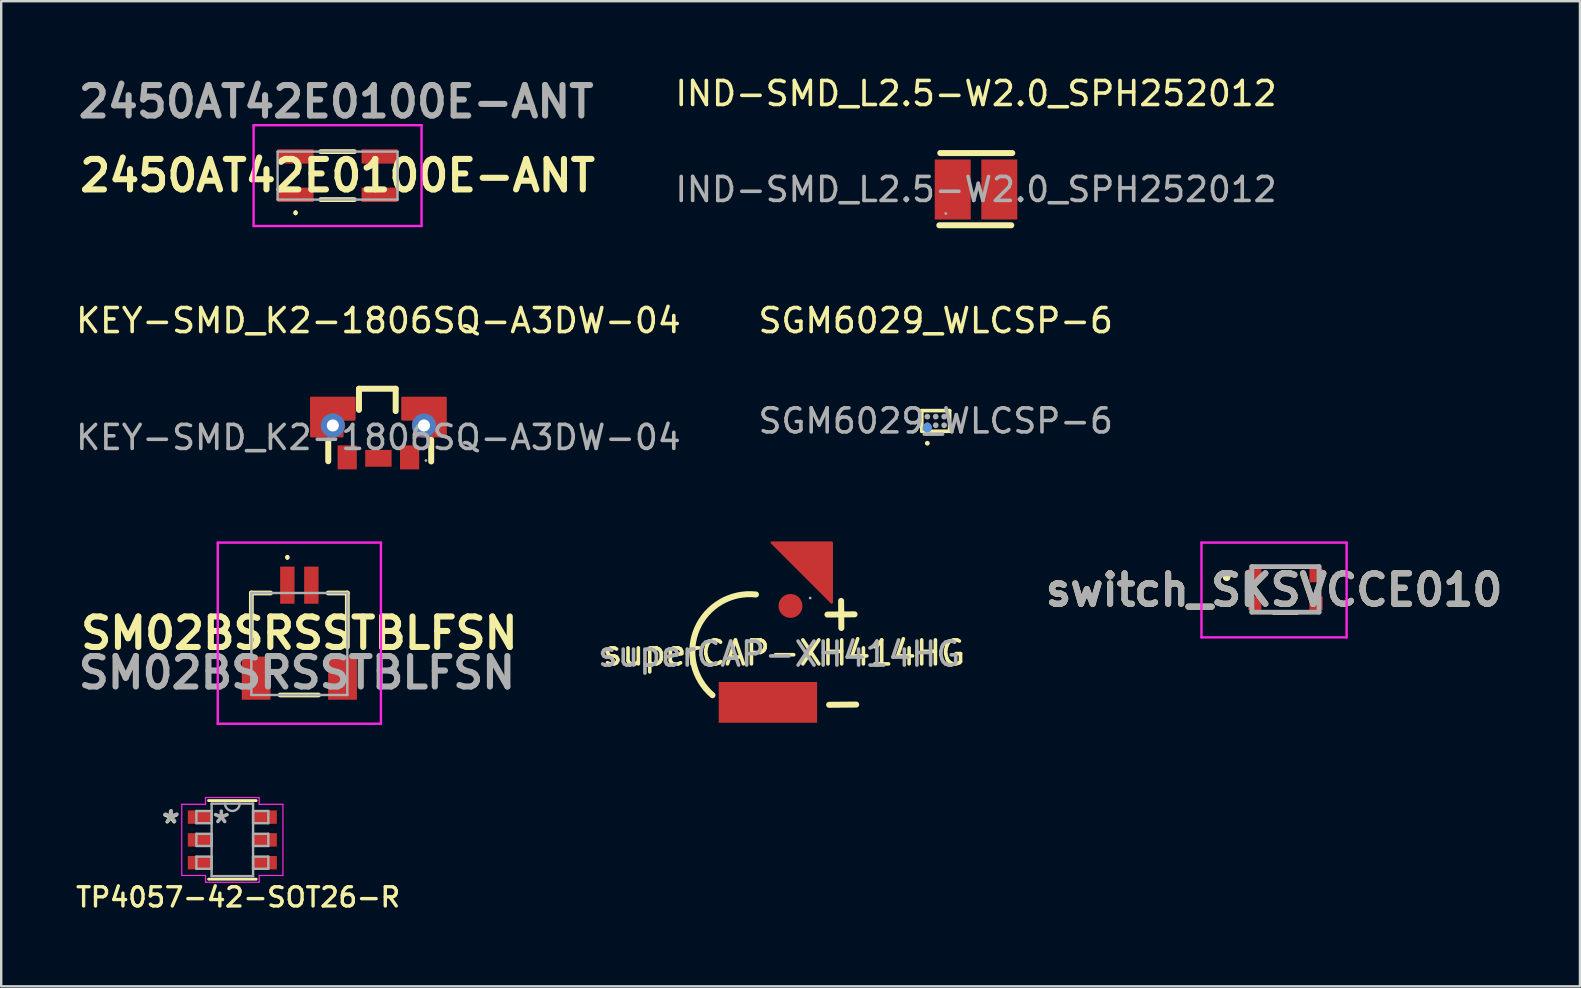
<source format=kicad_pcb>
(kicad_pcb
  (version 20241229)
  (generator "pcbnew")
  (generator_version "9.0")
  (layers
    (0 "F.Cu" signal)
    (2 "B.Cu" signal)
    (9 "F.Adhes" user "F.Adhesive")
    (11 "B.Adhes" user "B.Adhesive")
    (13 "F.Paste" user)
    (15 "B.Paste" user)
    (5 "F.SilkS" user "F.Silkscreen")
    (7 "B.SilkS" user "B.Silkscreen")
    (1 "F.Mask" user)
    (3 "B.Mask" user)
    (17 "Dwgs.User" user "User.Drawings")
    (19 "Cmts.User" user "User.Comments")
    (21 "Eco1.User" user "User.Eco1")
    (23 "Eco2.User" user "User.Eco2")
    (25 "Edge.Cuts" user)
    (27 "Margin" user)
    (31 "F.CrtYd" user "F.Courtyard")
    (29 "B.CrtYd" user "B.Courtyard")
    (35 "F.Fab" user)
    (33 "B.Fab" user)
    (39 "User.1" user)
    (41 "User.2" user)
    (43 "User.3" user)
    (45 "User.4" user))
  (footprint "IND-SMD_L2.5-W2.0_SPH252012"
    (layer "F.Cu")
    (at 37.625 4.848)
    (property "Reference" "IND-SMD_L2.5-W2.0_SPH252012" (at 0 -4 0) (layer "F.SilkS") (effects (font (size 1 1) (thickness 0.15))))
    (attr smd)
    (fp_line (start -1.53 1.49) (end 1.47 1.49) (stroke (width 0.25) (type solid)) (layer "F.SilkS"))
    (fp_line (start -1.49 -1.52) (end 1.51 -1.52) (stroke (width 0.25) (type solid)) (layer "F.SilkS"))
    (fp_circle (center -1.26 1) (end -1.23 1) (stroke (width 0.06) (type solid)) (fill no) (layer "F.Fab"))
    (fp_text user "${REFERENCE}" (at 0 0 0) (layer "F.Fab") (effects (font (size 1 1) (thickness 0.15))))
    (pad "1" smd rect (at -0.97 0) (size 1.5 2.5) (layers "F.Cu" "F.Mask" "F.Paste"))
    (pad "2" smd rect (at 0.97 0) (size 1.5 2.5) (layers "F.Cu" "F.Mask" "F.Paste")))
  (footprint "SGM6029_WLCSP-6"
    (layer "F.Cu")
    (at 35.946 14.492)
    (property "Reference" "SGM6029_WLCSP-6" (at 0 -4.18 0) (layer "F.SilkS") (effects (font (size 1 1) (thickness 0.15))))
    (attr smd)
    (fp_line (start -0.58 -0.43) (end 0.58 -0.43) (stroke (width 0.15) (type solid)) (layer "F.SilkS"))
    (fp_line (start -0.58 0.43) (end -0.58 -0.43) (stroke (width 0.15) (type solid)) (layer "F.SilkS"))
    (fp_line (start 0.58 -0.43) (end 0.58 0.43) (stroke (width 0.15) (type solid)) (layer "F.SilkS"))
    (fp_line (start 0.58 0.43) (end -0.58 0.43) (stroke (width 0.15) (type solid)) (layer "F.SilkS"))
    (fp_circle (center -0.35 0.93) (end -0.3 0.93) (stroke (width 0.1) (type solid)) (fill no) (layer "F.SilkS"))
    (fp_circle (center -0.35 0.28) (end -0.25 0.28) (stroke (width 0.2) (type solid)) (fill no) (layer "Cmts.User"))
    (fp_circle (center -0.5 0.35) (end -0.47 0.35) (stroke (width 0.06) (type solid)) (fill no) (layer "F.Fab"))
    (fp_circle (center -0.35 -0.18) (end -0.29 -0.18) (stroke (width 0.12) (type solid)) (fill no) (layer "F.Fab"))
    (fp_circle (center -0.35 0.18) (end -0.29 0.18) (stroke (width 0.12) (type solid)) (fill no) (layer "F.Fab"))
    (fp_circle (center 0 -0.18) (end 0.06 -0.18) (stroke (width 0.12) (type solid)) (fill no) (layer "F.Fab"))
    (fp_circle (center 0 0.18) (end 0.06 0.18) (stroke (width 0.12) (type solid)) (fill no) (layer "F.Fab"))
    (fp_circle (center 0.35 -0.18) (end 0.41 -0.18) (stroke (width 0.12) (type solid)) (fill no) (layer "F.Fab"))
    (fp_circle (center 0.35 0.18) (end 0.41 0.18) (stroke (width 0.12) (type solid)) (fill no) (layer "F.Fab"))
    (fp_text user "${REFERENCE}" (at 0 0 0) (layer "F.Fab") (effects (font (size 1 1) (thickness 0.15))))
    (pad "A1" smd circle (at -0.35 0.18) (size 0.16 0.16) (layers "F.Cu" "F.Mask" "F.Paste"))
    (pad "A2" smd circle (at -0.35 -0.18) (size 0.16 0.16) (layers "F.Cu" "F.Mask" "F.Paste"))
    (pad "B1" smd circle (at 0 0.18) (size 0.16 0.16) (layers "F.Cu" "F.Mask" "F.Paste"))
    (pad "B2" smd circle (at 0 -0.18) (size 0.16 0.16) (layers "F.Cu" "F.Mask" "F.Paste"))
    (pad "C1" smd circle (at 0.35 0.18) (size 0.16 0.16) (layers "F.Cu" "F.Mask" "F.Paste"))
    (pad "C2" smd circle (at 0.35 -0.18) (size 0.16 0.16) (layers "F.Cu" "F.Mask" "F.Paste")))
  (footprint "superCAP-XH414HG"
    (layer "F.Cu")
    (at 29.423 24.212)
    (property "Reference" "superCAP-XH414HG" (at 0.2 -0.05 0) (layer "F.SilkS") (effects (font (size 1 1) (thickness 0.15))))
    (attr through_hole)
    (fp_line (start 2.01 -1.65) (end 3.14 -1.66) (stroke (width 0.25) (type solid)) (layer "F.SilkS"))
    (fp_line (start 2.08 2.11) (end 3.21 2.1) (stroke (width 0.25) (type solid)) (layer "F.SilkS"))
    (fp_line (start 2.59 -1.09) (end 2.58 -2.22) (stroke (width 0.25) (type solid)) (layer "F.SilkS"))
    (fp_arc (start -2.78 1.71) (mid -3.42481 -1.057475) (end -0.968528 -2.486243) (stroke (width 0.25) (type solid)) (layer "F.SilkS"))
    (fp_circle (center 1.29 -2.34) (end 1.32 -2.34) (stroke (width 0.06) (type solid)) (fill no) (layer "F.Fab"))
    (fp_text user "${REFERENCE}" (at 0 0 0) (layer "F.Fab") (effects (font (size 1 1) (thickness 0.15))))
    (pad "1" smd custom (at 0.47 -2.01) (size 1 1) (layers "F.Cu" "F.Mask" "F.Paste") (options (anchor circle)) (primitives (gr_poly (pts (xy -0.78 -2.64) (xy 1.72 -2.64) (xy 1.72 -0.14)) (width 0.1) (fill yes))))
    (pad "2" smd rect (at -0.47 2.01) (size 4.1 1.7) (layers "F.Cu" "F.Mask" "F.Paste")))
  (footprint "2450AT42E0100E-ANT"
    (layer "F.Cu")
    (at 11.018 4.269)
    (property "Reference" "2450AT42E0100E-ANT" (at 0 0 0) (layer "F.SilkS") (effects (font (size 1.27 1.27) (thickness 0.254))))
    (attr smd)
    (fp_line (start -1.75 1.5) (end -1.75 1.5) (stroke (width 0.1) (type solid)) (layer "F.SilkS"))
    (fp_line (start -1.75 1.6) (end -1.75 1.6) (stroke (width 0.1) (type solid)) (layer "F.SilkS"))
    (fp_line (start -0.7 -1) (end 0.7 -1) (stroke (width 0.2) (type solid)) (layer "F.SilkS"))
    (fp_line (start -0.7 1) (end 0.7 1) (stroke (width 0.2) (type solid)) (layer "F.SilkS"))
    (fp_arc (start -1.75 1.5) (mid -1.7 1.55) (end -1.75 1.6) (stroke (width 0.1) (type solid)) (layer "F.SilkS"))
    (fp_arc (start -1.75 1.6) (mid -1.8 1.55) (end -1.75 1.5) (stroke (width 0.1) (type solid)) (layer "F.SilkS"))
    (fp_line (start -3.5 -2.1) (end 3.5 -2.1) (stroke (width 0.1) (type solid)) (layer "F.CrtYd"))
    (fp_line (start -3.5 2.1) (end -3.5 -2.1) (stroke (width 0.1) (type solid)) (layer "F.CrtYd"))
    (fp_line (start 3.5 -2.1) (end 3.5 2.1) (stroke (width 0.1) (type solid)) (layer "F.CrtYd"))
    (fp_line (start 3.5 2.1) (end -3.5 2.1) (stroke (width 0.1) (type solid)) (layer "F.CrtYd"))
    (fp_line (start -2.5 -1) (end 2.5 -1) (stroke (width 0.1) (type solid)) (layer "F.Fab"))
    (fp_line (start -2.5 1) (end -2.5 -1) (stroke (width 0.1) (type solid)) (layer "F.Fab"))
    (fp_line (start 2.5 -1) (end 2.5 1) (stroke (width 0.1) (type solid)) (layer "F.Fab"))
    (fp_line (start 2.5 1) (end -2.5 1) (stroke (width 0.1) (type solid)) (layer "F.Fab"))
    (fp_text user "${REFERENCE}" (at -0.06 -3.08 0) (layer "F.Fab") (effects (font (size 1.27 1.27) (thickness 0.254))))
    (pad "1" smd rect (at -1.75 0.8 90) (size 0.6 1.5) (layers "F.Cu" "F.Mask" "F.Paste"))
    (pad "2" smd rect (at 1.75 0.8 90) (size 0.6 1.5) (layers "F.Cu" "F.Mask" "F.Paste"))
    (pad "3" smd rect (at 1.75 -0.8 90) (size 0.6 1.5) (layers "F.Cu" "F.Mask" "F.Paste"))
    (pad "4" smd rect (at -1.75 -0.8 90) (size 0.6 1.5) (layers "F.Cu" "F.Mask" "F.Paste")))
  (footprint "TP4057-42-SOT26-R"
    (layer "F.Cu")
    (at 6.633 31.952)
    (property "Reference" "TP4057-42-SOT26-R" (at 0.24 2.39 0) (layer "F.SilkS") (effects (font (size 0.8 0.8) (thickness 0.14) (bold yes))))
    (attr smd)
    (fp_line (start -0.991 1.638) (end 0.991 1.638) (stroke (width 0.12) (type solid)) (layer "F.SilkS"))
    (fp_line (start 0.991 -1.638) (end -0.991 -1.638) (stroke (width 0.12) (type solid)) (layer "F.SilkS"))
    (fp_line (start -2.108 -1.483) (end -1.118 -1.483) (stroke (width 0.05) (type solid)) (layer "F.CrtYd"))
    (fp_line (start -2.108 1.483) (end -2.108 -1.483) (stroke (width 0.05) (type solid)) (layer "F.CrtYd"))
    (fp_line (start -1.118 -1.765) (end 1.118 -1.765) (stroke (width 0.05) (type solid)) (layer "F.CrtYd"))
    (fp_line (start -1.118 -1.483) (end -1.118 -1.765) (stroke (width 0.05) (type solid)) (layer "F.CrtYd"))
    (fp_line (start -1.118 1.483) (end -2.108 1.483) (stroke (width 0.05) (type solid)) (layer "F.CrtYd"))
    (fp_line (start -1.118 1.765) (end -1.118 1.483) (stroke (width 0.05) (type solid)) (layer "F.CrtYd"))
    (fp_line (start 1.118 -1.765) (end 1.118 -1.483) (stroke (width 0.05) (type solid)) (layer "F.CrtYd"))
    (fp_line (start 1.118 1.483) (end 1.118 1.765) (stroke (width 0.05) (type solid)) (layer "F.CrtYd"))
    (fp_line (start 1.118 1.765) (end -1.118 1.765) (stroke (width 0.05) (type solid)) (layer "F.CrtYd"))
    (fp_line (start 2.108 -1.483) (end 1.118 -1.483) (stroke (width 0.05) (type solid)) (layer "F.CrtYd"))
    (fp_line (start 2.108 -1.483) (end 2.108 1.483) (stroke (width 0.05) (type solid)) (layer "F.CrtYd"))
    (fp_line (start 2.108 1.483) (end 1.118 1.483) (stroke (width 0.05) (type solid)) (layer "F.CrtYd"))
    (fp_line (start -1.499 -1.204) (end -1.499 -0.696) (stroke (width 0.1) (type solid)) (layer "F.Fab"))
    (fp_line (start -1.499 -0.696) (end -0.864 -0.696) (stroke (width 0.1) (type solid)) (layer "F.Fab"))
    (fp_line (start -1.499 -0.254) (end -1.499 0.254) (stroke (width 0.1) (type solid)) (layer "F.Fab"))
    (fp_line (start -1.499 0.254) (end -0.864 0.254) (stroke (width 0.1) (type solid)) (layer "F.Fab"))
    (fp_line (start -1.499 0.696) (end -1.499 1.204) (stroke (width 0.1) (type solid)) (layer "F.Fab"))
    (fp_line (start -1.499 1.204) (end -0.864 1.204) (stroke (width 0.1) (type solid)) (layer "F.Fab"))
    (fp_line (start -0.864 -1.511) (end -0.864 1.511) (stroke (width 0.1) (type solid)) (layer "F.Fab"))
    (fp_line (start -0.864 -1.204) (end -1.499 -1.204) (stroke (width 0.1) (type solid)) (layer "F.Fab"))
    (fp_line (start -0.864 -0.696) (end -0.864 -1.204) (stroke (width 0.1) (type solid)) (layer "F.Fab"))
    (fp_line (start -0.864 -0.254) (end -1.499 -0.254) (stroke (width 0.1) (type solid)) (layer "F.Fab"))
    (fp_line (start -0.864 0.254) (end -0.864 -0.254) (stroke (width 0.1) (type solid)) (layer "F.Fab"))
    (fp_line (start -0.864 0.696) (end -1.499 0.696) (stroke (width 0.1) (type solid)) (layer "F.Fab"))
    (fp_line (start -0.864 1.204) (end -0.864 0.696) (stroke (width 0.1) (type solid)) (layer "F.Fab"))
    (fp_line (start -0.864 1.511) (end 0.864 1.511) (stroke (width 0.1) (type solid)) (layer "F.Fab"))
    (fp_line (start 0.864 -1.511) (end -0.864 -1.511) (stroke (width 0.1) (type solid)) (layer "F.Fab"))
    (fp_line (start 0.864 -1.204) (end 0.864 -0.696) (stroke (width 0.1) (type solid)) (layer "F.Fab"))
    (fp_line (start 0.864 -0.696) (end 1.499 -0.696) (stroke (width 0.1) (type solid)) (layer "F.Fab"))
    (fp_line (start 0.864 -0.254) (end 0.864 0.254) (stroke (width 0.1) (type solid)) (layer "F.Fab"))
    (fp_line (start 0.864 0.254) (end 1.499 0.254) (stroke (width 0.1) (type solid)) (layer "F.Fab"))
    (fp_line (start 0.864 0.696) (end 0.864 1.204) (stroke (width 0.1) (type solid)) (layer "F.Fab"))
    (fp_line (start 0.864 1.204) (end 1.499 1.204) (stroke (width 0.1) (type solid)) (layer "F.Fab"))
    (fp_line (start 0.864 1.511) (end 0.864 -1.511) (stroke (width 0.1) (type solid)) (layer "F.Fab"))
    (fp_line (start 1.499 -1.204) (end 0.864 -1.204) (stroke (width 0.1) (type solid)) (layer "F.Fab"))
    (fp_line (start 1.499 -0.696) (end 1.499 -1.204) (stroke (width 0.1) (type solid)) (layer "F.Fab"))
    (fp_line (start 1.499 -0.254) (end 0.864 -0.254) (stroke (width 0.1) (type solid)) (layer "F.Fab"))
    (fp_line (start 1.499 0.254) (end 1.499 -0.254) (stroke (width 0.1) (type solid)) (layer "F.Fab"))
    (fp_line (start 1.499 0.696) (end 0.864 0.696) (stroke (width 0.1) (type solid)) (layer "F.Fab"))
    (fp_line (start 1.499 1.204) (end 1.499 0.696) (stroke (width 0.1) (type solid)) (layer "F.Fab"))
    (fp_arc (start 0.3048 -1.5113) (mid 0 -1.2065) (end -0.3048 -1.5113) (stroke (width 0.1) (type solid)) (layer "F.Fab"))
    (fp_text user "*" (at -2.57 -0.64 0) (layer "F.SilkS") (effects (font (size 1 1) (thickness 0.15))))
    (fp_text user "*" (at -2.55 -0.67 0) (layer "F.Fab") (effects (font (size 1 1) (thickness 0.15))))
    (fp_text user "*" (at -0.46 -0.65 0) (layer "F.Fab") (effects (font (size 1 1) (thickness 0.15))))
    (pad "1" smd rect (at -1.359 -0.95) (size 0.991 0.559) (layers "F.Cu" "F.Mask" "F.Paste"))
    (pad "2" smd rect (at -1.359 0) (size 0.991 0.559) (layers "F.Cu" "F.Mask" "F.Paste"))
    (pad "3" smd rect (at -1.359 0.95) (size 0.991 0.559) (layers "F.Cu" "F.Mask" "F.Paste"))
    (pad "4" smd rect (at 1.359 0.95) (size 0.991 0.559) (layers "F.Cu" "F.Mask" "F.Paste"))
    (pad "5" smd rect (at 1.359 0) (size 0.991 0.559) (layers "F.Cu" "F.Mask" "F.Paste"))
    (pad "6" smd rect (at 1.359 -0.95) (size 0.991 0.559) (layers "F.Cu" "F.Mask" "F.Paste")))
  (footprint "KEY-SMD_K2-1806SQ-A3DW-04"
    (layer "F.Cu")
    (at 12.72 15.181)
    (property "Reference" "KEY-SMD_K2-1806SQ-A3DW-04" (at 0 -4.87 0) (layer "F.SilkS") (effects (font (size 1 1) (thickness 0.15))))
    (attr smd)
    (fp_line (start -2.09 0.99) (end -2.09 0.13) (stroke (width 0.25) (type solid)) (layer "F.SilkS"))
    (fp_line (start -0.81 -2.03) (end 0.72 -2.03) (stroke (width 0.25) (type solid)) (layer "F.SilkS"))
    (fp_line (start -0.81 -1.15) (end -0.81 -2.03) (stroke (width 0.25) (type solid)) (layer "F.SilkS"))
    (fp_line (start 0.72 -2.03) (end 0.72 -1.1) (stroke (width 0.25) (type solid)) (layer "F.SilkS"))
    (fp_line (start 2.2 1) (end 2.2 0.1) (stroke (width 0.25) (type solid)) (layer "F.SilkS"))
    (fp_circle (center -1.9 -0.5) (end -1.8 -0.5) (stroke (width 0.2) (type solid)) (fill no) (layer "F.Fab"))
    (fp_circle (center 1.9 -0.5) (end 2 -0.5) (stroke (width 0.2) (type solid)) (fill no) (layer "F.Fab"))
    (fp_circle (center 1.98 0.96) (end 2.01 0.96) (stroke (width 0.06) (type solid)) (fill no) (layer "F.Fab"))
    (fp_text user "${REFERENCE}" (at 0 0 0) (layer "F.Fab") (effects (font (size 1 1) (thickness 0.15))))
    (pad "1" smd rect (at 1.3 0.83 180) (size 0.8 1) (layers "F.Cu" "F.Mask" "F.Paste"))
    (pad "2" smd rect (at -1.3 0.83 180) (size 0.8 1) (layers "F.Cu" "F.Mask" "F.Paste"))
    (pad "3" smd rect (at 0 0.87 270) (size 0.7 1.1) (layers "F.Cu" "F.Mask" "F.Paste"))
    (pad "4" thru_hole circle (at -1.9 -0.5) (size 1 1) (drill 0.5) (layers "*.Cu" "*.Mask"))
    (pad "4" smd custom (at -1.9 -0.5) (size 1 1) (layers "F.Cu" "F.Mask" "F.Paste") (options (anchor circle)) (primitives (gr_poly (pts (xy -0.9 0.45) (xy -0.9 -1.15) (xy 0.9 -1.15) (xy 0.9 -0.25) (xy 0.4 -0.25) (xy 0.4 0.45)) (width 0.1) (fill yes))))
    (pad "5" thru_hole circle (at 1.9 -0.5) (size 1 1) (drill 0.5) (layers "*.Cu" "*.Mask"))
    (pad "5" smd custom (at 1.9 -0.5) (size 1 1) (layers "F.Cu" "F.Mask" "F.Paste") (options (anchor circle)) (primitives (gr_poly (pts (xy 0.9 0.45) (xy 0.9 -1.15) (xy -0.9 -1.15) (xy -0.9 -0.25) (xy -0.4 -0.25) (xy -0.4 0.45)) (width 0.1) (fill yes)))))
  (footprint "switch_SKSVCCE010"
    (layer "F.Cu")
    (at 50.52 21.512)
    (property "Reference" "switch_SKSVCCE010" (at -0.475 0.025 0) (layer "F.SilkS") (effects (font (size 1.27 1.27) (thickness 0.254))))
    (attr smd)
    (fp_line (start -2.5 -0.5) (end -2.5 -0.5) (stroke (width 0.2) (type solid)) (layer "F.SilkS"))
    (fp_line (start -2.5 -0.5) (end -2.5 -0.5) (stroke (width 0.2) (type solid)) (layer "F.SilkS"))
    (fp_line (start -2.4 -0.5) (end -2.4 -0.5) (stroke (width 0.2) (type solid)) (layer "F.SilkS"))
    (fp_line (start -0.5 -0.95) (end -0.5 -0.95) (stroke (width 0.1) (type solid)) (layer "F.SilkS"))
    (fp_line (start -0.5 -0.95) (end 0.5 -0.95) (stroke (width 0.1) (type solid)) (layer "F.SilkS"))
    (fp_line (start -0.5 1) (end -0.5 1) (stroke (width 0.1) (type solid)) (layer "F.SilkS"))
    (fp_line (start -0.5 1) (end 0.5 1) (stroke (width 0.1) (type solid)) (layer "F.SilkS"))
    (fp_line (start 0.5 -0.95) (end -0.5 -0.95) (stroke (width 0.1) (type solid)) (layer "F.SilkS"))
    (fp_line (start 0.5 -0.95) (end 0.5 -0.95) (stroke (width 0.1) (type solid)) (layer "F.SilkS"))
    (fp_line (start 0.5 1) (end -0.5 1) (stroke (width 0.1) (type solid)) (layer "F.SilkS"))
    (fp_line (start 0.5 1) (end 0.5 1) (stroke (width 0.1) (type solid)) (layer "F.SilkS"))
    (fp_arc (start -2.5 -0.5) (mid -2.45 -0.55) (end -2.4 -0.5) (stroke (width 0.2) (type solid)) (layer "F.SilkS"))
    (fp_arc (start -2.4 -0.5) (mid -2.45 -0.45) (end -2.5 -0.5) (stroke (width 0.2) (type solid)) (layer "F.SilkS"))
    (fp_arc (start -2.4 -0.5) (mid -2.45 -0.45) (end -2.5 -0.5) (stroke (width 0.2) (type solid)) (layer "F.SilkS"))
    (fp_line (start -3.5 -1.95) (end 2.55 -1.95) (stroke (width 0.1) (type solid)) (layer "F.CrtYd"))
    (fp_line (start -3.5 2) (end -3.5 -1.95) (stroke (width 0.1) (type solid)) (layer "F.CrtYd"))
    (fp_line (start 2.55 -1.95) (end 2.55 2) (stroke (width 0.1) (type solid)) (layer "F.CrtYd"))
    (fp_line (start 2.55 2) (end -3.5 2) (stroke (width 0.1) (type solid)) (layer "F.CrtYd"))
    (fp_line (start -1.4 -0.95) (end 1.4 -0.95) (stroke (width 0.2) (type solid)) (layer "F.Fab"))
    (fp_line (start -1.4 0.95) (end -1.4 -0.95) (stroke (width 0.2) (type solid)) (layer "F.Fab"))
    (fp_line (start 1.4 -0.95) (end 1.4 0.95) (stroke (width 0.2) (type solid)) (layer "F.Fab"))
    (fp_line (start 1.4 0.95) (end -1.4 0.95) (stroke (width 0.2) (type solid)) (layer "F.Fab"))
    (fp_text user "${REFERENCE}" (at -0.475 0.025 0) (layer "F.Fab") (effects (font (size 1.27 1.27) (thickness 0.254))))
    (pad "1" smd rect (at -1.275 -0.58) (size 0.55 0.57) (layers "F.Cu" "F.Mask" "F.Paste"))
    (pad "2" smd rect (at -1.275 0.58) (size 0.55 0.57) (layers "F.Cu" "F.Mask" "F.Paste"))
    (pad "3" smd rect (at 1.275 -0.58) (size 0.55 0.57) (layers "F.Cu" "F.Mask" "F.Paste"))
    (pad "4" smd rect (at 1.275 0.58) (size 0.55 0.57) (layers "F.Cu" "F.Mask" "F.Paste")))
  (footprint "SM02BSRSSTBLFSN"
    (layer "F.Cu")
    (at 9.425 23.625)
    (property "Reference" "SM02BSRSSTBLFSN" (at 0 -0.288 0) (layer "F.SilkS") (effects (font (size 1.27 1.27) (thickness 0.254))))
    (attr smd)
    (fp_line (start -2 -1.962) (end -1.2 -1.962) (stroke (width 0.2) (type solid)) (layer "F.SilkS"))
    (fp_line (start -2 0.288) (end -2 -1.962) (stroke (width 0.2) (type solid)) (layer "F.SilkS"))
    (fp_line (start -0.8 2.288) (end 0.8 2.288) (stroke (width 0.2) (type solid)) (layer "F.SilkS"))
    (fp_line (start -0.5 -3.5) (end -0.5 -3.5) (stroke (width 0.1) (type solid)) (layer "F.SilkS"))
    (fp_line (start -0.5 -3.4) (end -0.5 -3.4) (stroke (width 0.1) (type solid)) (layer "F.SilkS"))
    (fp_line (start 2 -1.962) (end 1.2 -1.962) (stroke (width 0.2) (type solid)) (layer "F.SilkS"))
    (fp_line (start 2 0.288) (end 2 -1.962) (stroke (width 0.2) (type solid)) (layer "F.SilkS"))
    (fp_arc (start -0.5 -3.5) (mid -0.45 -3.45) (end -0.5 -3.4) (stroke (width 0.1) (type solid)) (layer "F.SilkS"))
    (fp_arc (start -0.5 -3.4) (mid -0.55 -3.45) (end -0.5 -3.5) (stroke (width 0.1) (type solid)) (layer "F.SilkS"))
    (fp_line (start -3.4 -4.063) (end 3.4 -4.063) (stroke (width 0.1) (type solid)) (layer "F.CrtYd"))
    (fp_line (start -3.4 3.487) (end -3.4 -4.063) (stroke (width 0.1) (type solid)) (layer "F.CrtYd"))
    (fp_line (start 3.4 -4.063) (end 3.4 3.487) (stroke (width 0.1) (type solid)) (layer "F.CrtYd"))
    (fp_line (start 3.4 3.487) (end -3.4 3.487) (stroke (width 0.1) (type solid)) (layer "F.CrtYd"))
    (fp_line (start -2 -1.962) (end 2 -1.962) (stroke (width 0.1) (type solid)) (layer "F.Fab"))
    (fp_line (start -2 2.288) (end -2 -1.962) (stroke (width 0.1) (type solid)) (layer "F.Fab"))
    (fp_line (start 2 -1.962) (end 2 2.288) (stroke (width 0.1) (type solid)) (layer "F.Fab"))
    (fp_line (start 2 2.288) (end -2 2.288) (stroke (width 0.1) (type solid)) (layer "F.Fab"))
    (fp_text user "${REFERENCE}" (at -0.1 1.36 0) (layer "F.Fab") (effects (font (size 1.27 1.27) (thickness 0.254))))
    (pad "1" smd rect (at -0.5 -2.288) (size 0.6 1.55) (layers "F.Cu" "F.Mask" "F.Paste"))
    (pad "2" smd rect (at 0.5 -2.288) (size 0.6 1.55) (layers "F.Cu" "F.Mask" "F.Paste"))
    (pad "MP1" smd rect (at -1.8 1.587) (size 1.2 1.8) (layers "F.Cu" "F.Mask" "F.Paste"))
    (pad "MP2" smd rect (at 1.8 1.587) (size 1.2 1.8) (layers "F.Cu" "F.Mask" "F.Paste")))
  (gr_rect
    (start -3 -3)
    (end 62.794 38.056)
    (stroke (width 0.1) (type default))
    (fill no)
    (layer "Edge.Cuts")))
</source>
